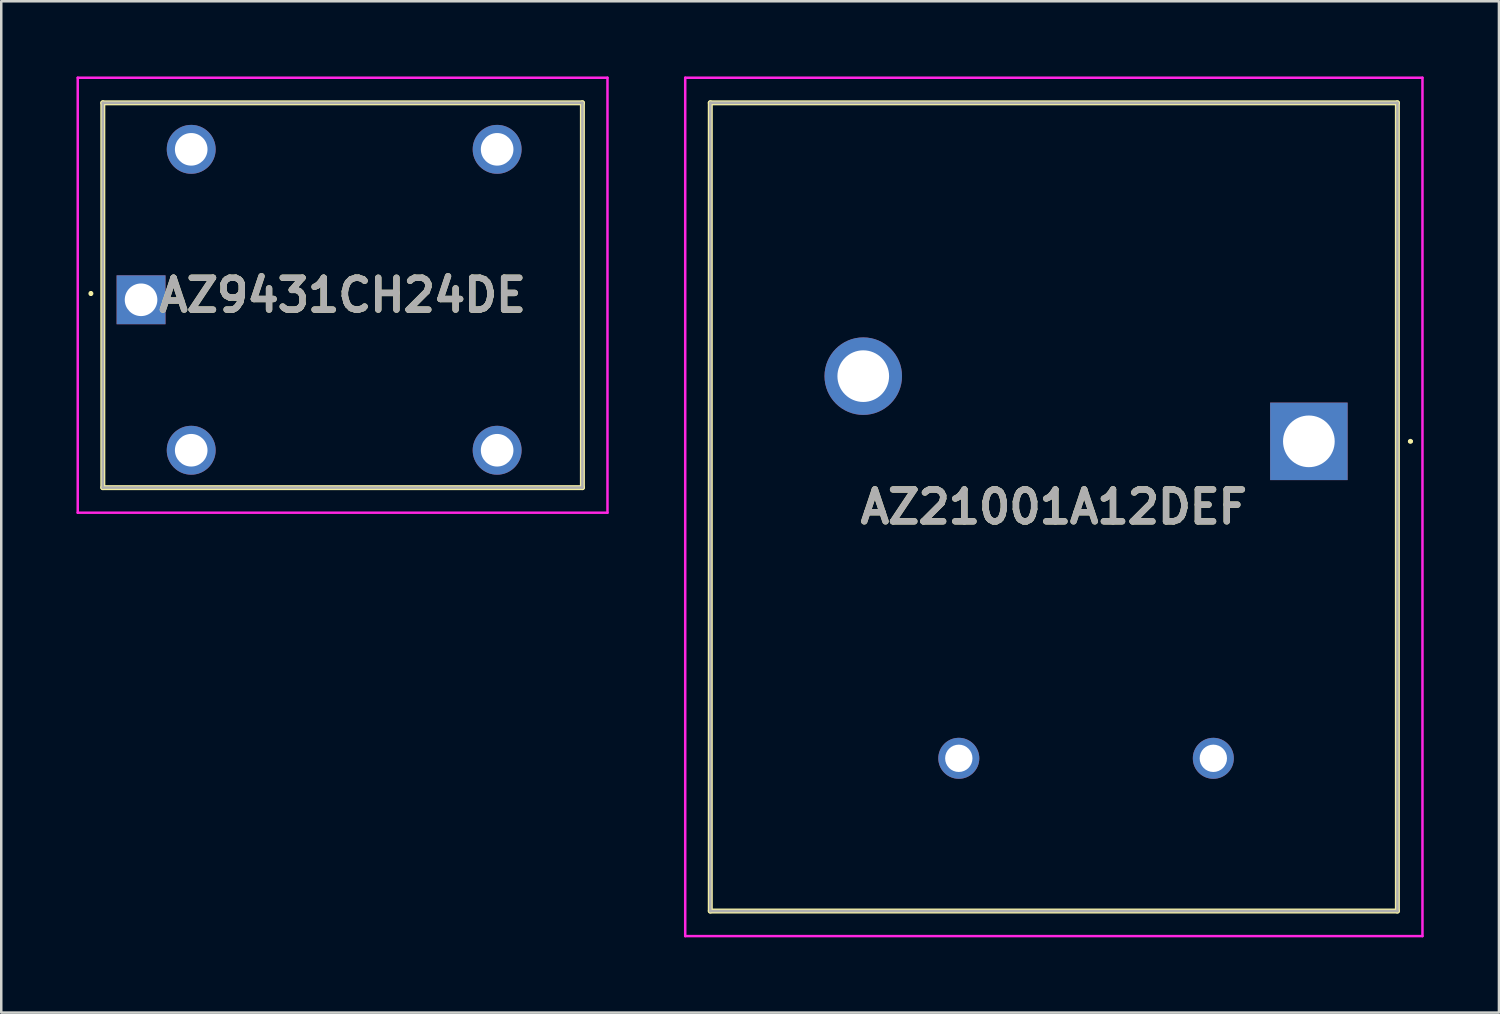
<source format=kicad_pcb>
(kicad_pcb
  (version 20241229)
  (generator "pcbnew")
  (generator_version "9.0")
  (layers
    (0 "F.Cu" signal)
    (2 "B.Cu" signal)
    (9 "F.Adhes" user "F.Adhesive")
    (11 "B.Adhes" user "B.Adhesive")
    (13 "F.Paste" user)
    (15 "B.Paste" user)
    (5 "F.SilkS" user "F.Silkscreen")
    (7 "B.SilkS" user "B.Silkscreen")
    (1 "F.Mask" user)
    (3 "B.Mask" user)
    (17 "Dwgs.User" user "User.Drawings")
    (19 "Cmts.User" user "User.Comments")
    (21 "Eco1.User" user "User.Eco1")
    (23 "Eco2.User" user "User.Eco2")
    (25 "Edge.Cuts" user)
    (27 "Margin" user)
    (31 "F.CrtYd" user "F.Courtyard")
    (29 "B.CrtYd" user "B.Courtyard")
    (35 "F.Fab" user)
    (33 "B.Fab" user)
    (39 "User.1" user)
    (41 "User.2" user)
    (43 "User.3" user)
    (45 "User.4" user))
  (footprint "AZ9431CH24DE"
    (layer "F.Cu")
    (at 2.575 8.905)
    (property "Reference" "AZ9431CH24DE" (at 8.038 -0.183 0) (layer "F.SilkS") (effects (font (size 1.27 1.27) (thickness 0.254))))
    (attr through_hole)
    (fp_line (start -2 -0.3) (end -2 -0.3) (stroke (width 0.1) (type solid)) (layer "F.SilkS"))
    (fp_line (start -2 -0.2) (end -2 -0.2) (stroke (width 0.1) (type solid)) (layer "F.SilkS"))
    (fp_line (start -1.525 -7.855) (end -1.525 7.49) (stroke (width 0.2) (type solid)) (layer "F.SilkS"))
    (fp_line (start -1.525 7.49) (end 17.6 7.49) (stroke (width 0.2) (type solid)) (layer "F.SilkS"))
    (fp_line (start 17.6 -7.855) (end -1.525 -7.855) (stroke (width 0.2) (type solid)) (layer "F.SilkS"))
    (fp_line (start 17.6 7.49) (end 17.6 -7.855) (stroke (width 0.2) (type solid)) (layer "F.SilkS"))
    (fp_arc (start -2 -0.3) (mid -1.95 -0.25) (end -2 -0.2) (stroke (width 0.1) (type solid)) (layer "F.SilkS"))
    (fp_arc (start -2 -0.2) (mid -2.05 -0.25) (end -2 -0.3) (stroke (width 0.1) (type solid)) (layer "F.SilkS"))
    (fp_line (start -2.525 -8.855) (end -2.525 8.49) (stroke (width 0.1) (type solid)) (layer "F.CrtYd"))
    (fp_line (start -2.525 8.49) (end 18.6 8.49) (stroke (width 0.1) (type solid)) (layer "F.CrtYd"))
    (fp_line (start 18.6 -8.855) (end -2.525 -8.855) (stroke (width 0.1) (type solid)) (layer "F.CrtYd"))
    (fp_line (start 18.6 8.49) (end 18.6 -8.855) (stroke (width 0.1) (type solid)) (layer "F.CrtYd"))
    (fp_line (start -1.525 -7.855) (end -1.525 7.49) (stroke (width 0.1) (type solid)) (layer "F.Fab"))
    (fp_line (start -1.525 7.49) (end 17.6 7.49) (stroke (width 0.1) (type solid)) (layer "F.Fab"))
    (fp_line (start 17.6 -7.855) (end -1.525 -7.855) (stroke (width 0.1) (type solid)) (layer "F.Fab"))
    (fp_line (start 17.6 7.49) (end 17.6 -7.855) (stroke (width 0.1) (type solid)) (layer "F.Fab"))
    (fp_text user "${REFERENCE}" (at 8.038 -0.183 0) (layer "F.Fab") (effects (font (size 1.27 1.27) (thickness 0.254))))
    (pad "1" thru_hole rect (at 0 0) (size 1.95 1.95) (drill 1.3) (layers "*.Cu" "*.Mask"))
    (pad "2" thru_hole circle (at 2 6) (size 1.95 1.95) (drill 1.3) (layers "*.Cu" "*.Mask"))
    (pad "3" thru_hole circle (at 14.2 6) (size 1.95 1.95) (drill 1.3) (layers "*.Cu" "*.Mask"))
    (pad "4" thru_hole circle (at 14.2 -6) (size 1.95 1.95) (drill 1.3) (layers "*.Cu" "*.Mask"))
    (pad "5" thru_hole circle (at 2 -6) (size 1.95 1.95) (drill 1.3) (layers "*.Cu" "*.Mask")))
  (footprint "AZ21001A12DEF"
    (layer "F.Cu")
    (at 49.145 14.55)
    (property "Reference" "AZ21001A12DEF" (at -10.17 2.615 0) (layer "F.SilkS") (effects (font (size 1.27 1.27) (thickness 0.254))))
    (attr through_hole)
    (fp_line (start -23.87 -13.5) (end -23.87 18.73) (stroke (width 0.2) (type solid)) (layer "F.SilkS"))
    (fp_line (start -23.87 18.73) (end 3.53 18.73) (stroke (width 0.2) (type solid)) (layer "F.SilkS"))
    (fp_line (start 3.53 -13.5) (end -23.87 -13.5) (stroke (width 0.2) (type solid)) (layer "F.SilkS"))
    (fp_line (start 3.53 18.73) (end 3.53 -13.5) (stroke (width 0.2) (type solid)) (layer "F.SilkS"))
    (fp_line (start 4 0) (end 4 0) (stroke (width 0.1) (type solid)) (layer "F.SilkS"))
    (fp_line (start 4.1 0) (end 4.1 0) (stroke (width 0.1) (type solid)) (layer "F.SilkS"))
    (fp_arc (start 4 0) (mid 4.05 -0.05) (end 4.1 0) (stroke (width 0.1) (type solid)) (layer "F.SilkS"))
    (fp_arc (start 4.1 0) (mid 4.05 0.05) (end 4 0) (stroke (width 0.1) (type solid)) (layer "F.SilkS"))
    (fp_line (start -24.87 -14.5) (end 4.53 -14.5) (stroke (width 0.1) (type solid)) (layer "F.CrtYd"))
    (fp_line (start -24.87 19.73) (end -24.87 -14.5) (stroke (width 0.1) (type solid)) (layer "F.CrtYd"))
    (fp_line (start 4.53 -14.5) (end 4.53 19.73) (stroke (width 0.1) (type solid)) (layer "F.CrtYd"))
    (fp_line (start 4.53 19.73) (end -24.87 19.73) (stroke (width 0.1) (type solid)) (layer "F.CrtYd"))
    (fp_line (start -23.87 -13.5) (end -23.87 18.73) (stroke (width 0.1) (type solid)) (layer "F.Fab"))
    (fp_line (start -23.87 18.73) (end 3.53 18.73) (stroke (width 0.1) (type solid)) (layer "F.Fab"))
    (fp_line (start 3.53 -13.5) (end -23.87 -13.5) (stroke (width 0.1) (type solid)) (layer "F.Fab"))
    (fp_line (start 3.53 18.73) (end 3.53 -13.5) (stroke (width 0.1) (type solid)) (layer "F.Fab"))
    (fp_text user "${REFERENCE}" (at -10.17 2.615 0) (layer "F.Fab") (effects (font (size 1.27 1.27) (thickness 0.254))))
    (pad "1" thru_hole rect (at 0 0) (size 3.09 3.09) (drill 2.06) (layers "*.Cu" "*.Mask"))
    (pad "2" thru_hole circle (at -3.81 12.64) (size 1.635 1.635) (drill 1.09) (layers "*.Cu" "*.Mask"))
    (pad "3" thru_hole circle (at -13.96 12.64) (size 1.635 1.635) (drill 1.09) (layers "*.Cu" "*.Mask"))
    (pad "4" thru_hole circle (at -17.77 -2.6) (size 3.09 3.09) (drill 2.06) (layers "*.Cu" "*.Mask")))
  (gr_rect
    (start -3 -3)
    (end 56.725 37.33)
    (stroke (width 0.1) (type default))
    (fill no)
    (layer "Edge.Cuts")))
</source>
